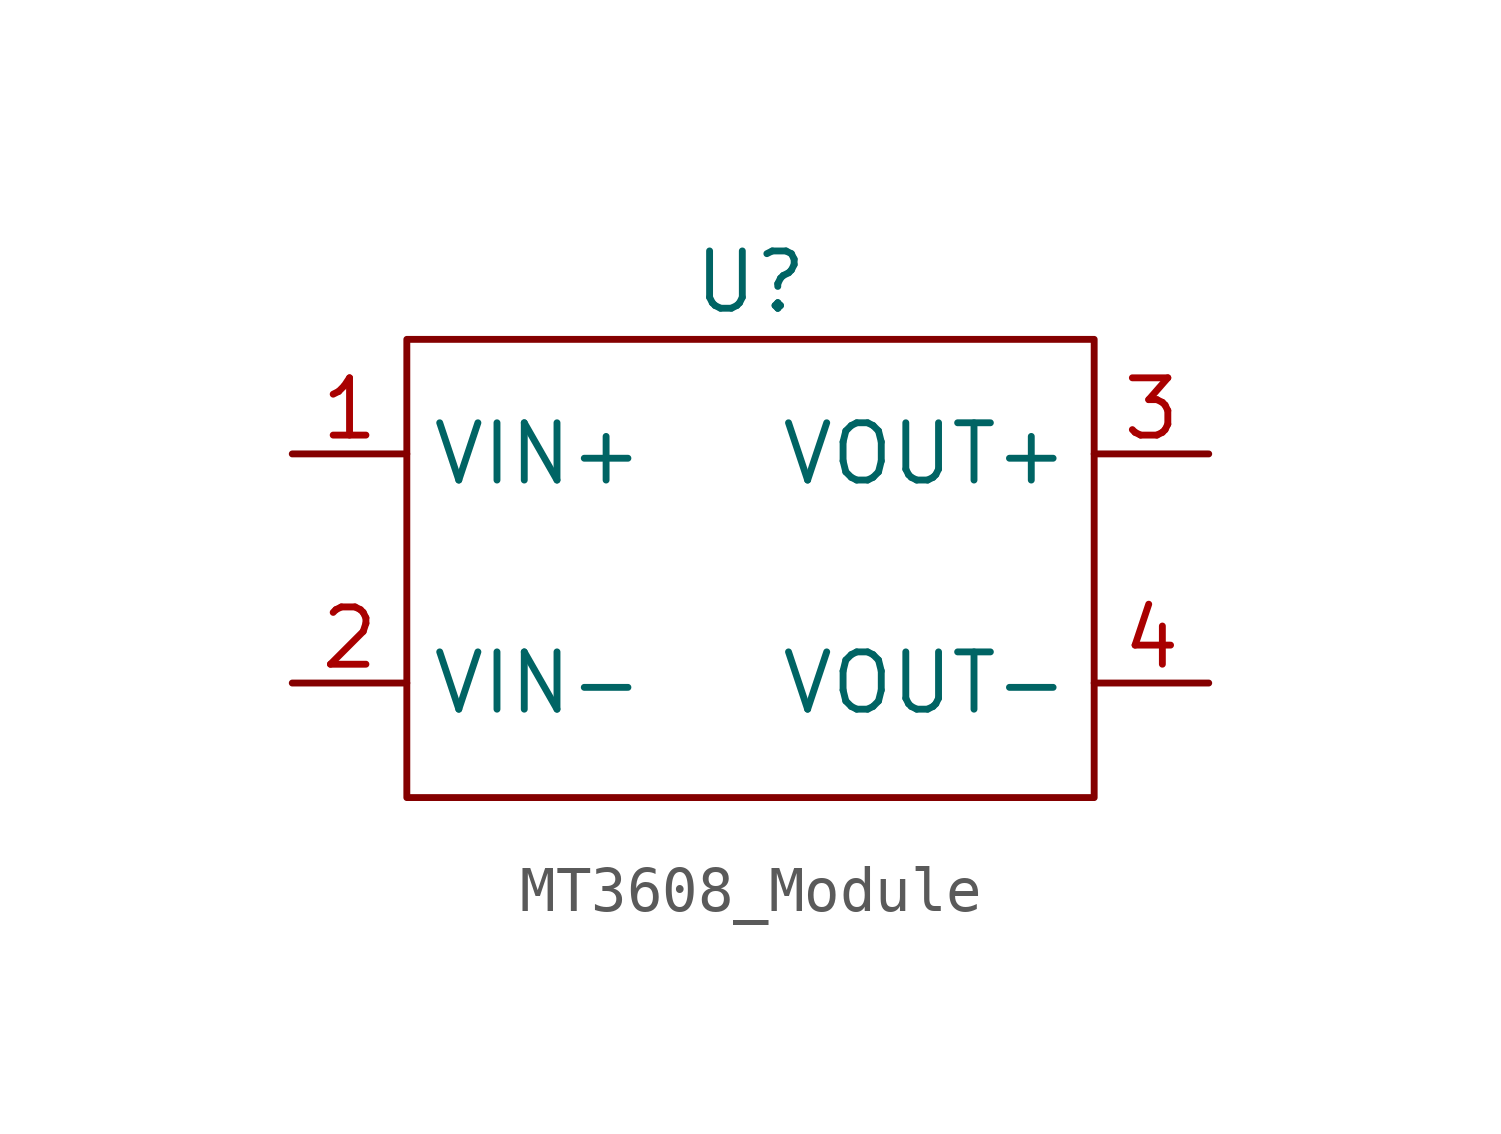
<source format=kicad_sym>
(kicad_symbol_lib
  (version 20241209)
  (generator "kicad_symbol_editor")
  (generator_version "9.0")
  (symbol "MT3608_Module"
    (property "Reference" "U"
      (at 0 0 0)
      (effects (font (size 1.27 1.27))))
    (property "Value" ""
      (at 0 0 0)
      (effects (font (size 1.27 1.27))))
    (symbol "MT3608_Module_0_1"
      (rectangle (start 7.62 -1.27) (end -7.62 -11.43) (stroke (width 0) (type default)) (fill (type none))))
    (symbol "MT3608_Module_1_1"
      (pin power_in line (at -10.16 -3.81 0) (length 2.54) (name "VIN+" (effects (font (size 1.27 1.27)))) (number "1" (effects (font (size 1.27 1.27)))))
      (pin power_in line (at -10.16 -8.89 0) (length 2.54) (name "VIN-" (effects (font (size 1.27 1.27)))) (number "2" (effects (font (size 1.27 1.27)))))
      (pin power_out line (at 10.16 -3.81 180) (length 2.54) (name "VOUT+" (effects (font (size 1.27 1.27)))) (number "3" (effects (font (size 1.27 1.27)))))
      (pin power_out line (at 10.16 -8.89 180) (length 2.54) (name "VOUT-" (effects (font (size 1.27 1.27)))) (number "4" (effects (font (size 1.27 1.27))))))))
</source>
